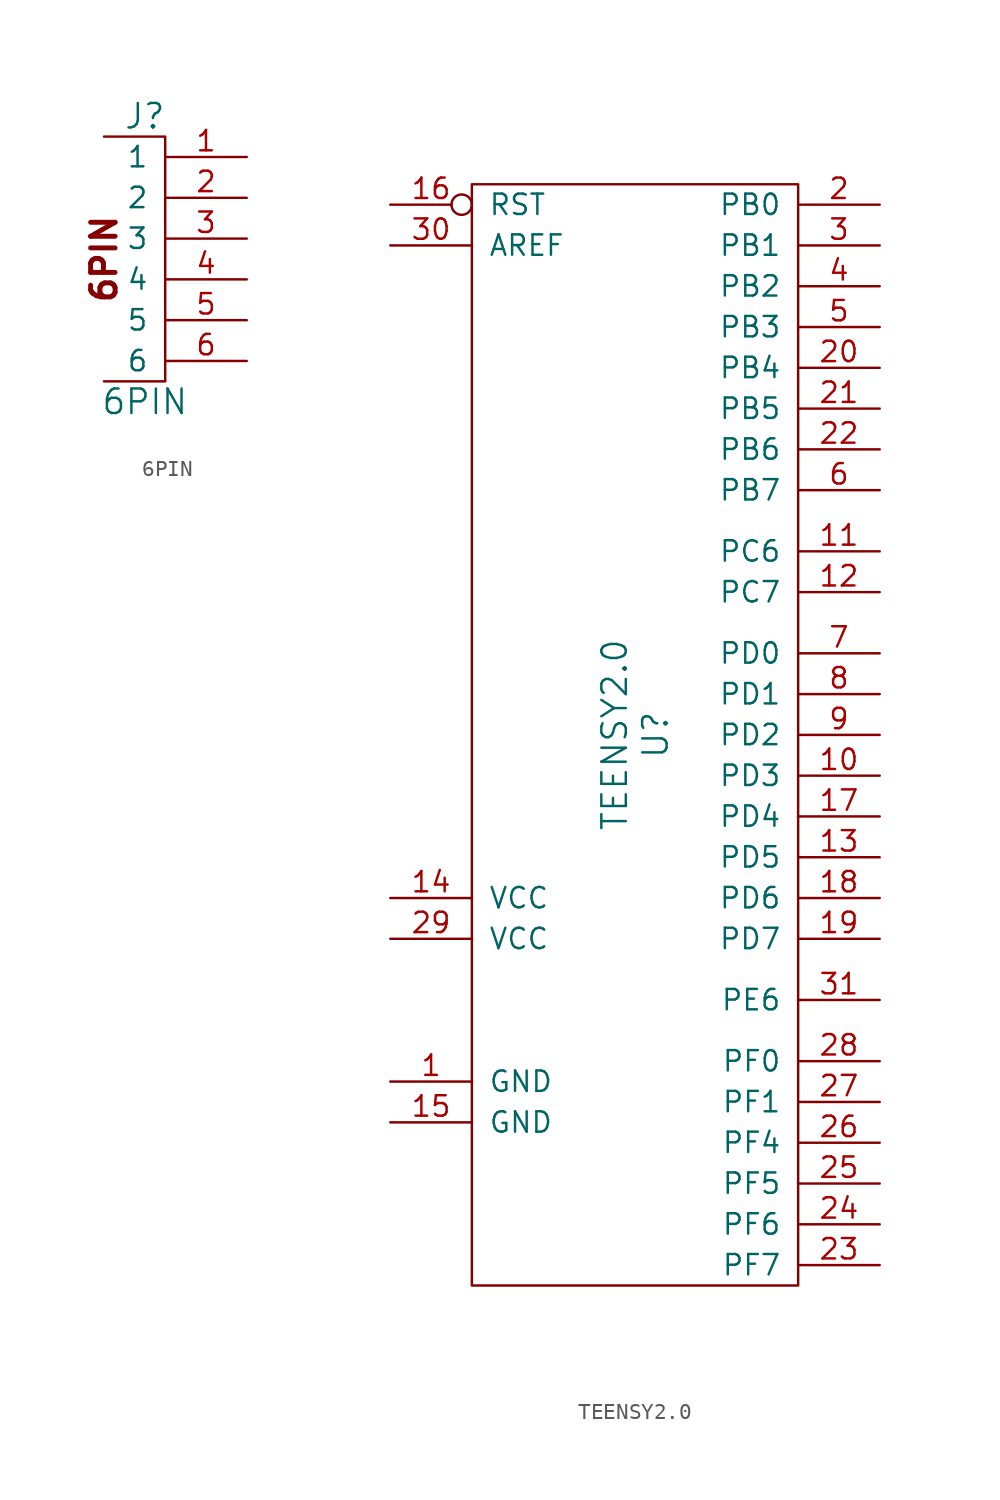
<source format=kicad_sym>
(kicad_symbol_lib
  (version 20211014)
  (generator kicad_symbol_editor)
  (symbol "6PIN"
    (pin_names
      (offset 1.016))
    (property "Reference" "J"
      (at -1.27 8.89 0)
      (effects (font (size 1.524 1.524))))
    (property "Value" "6PIN"
      (at -1.27 -8.89 0)
      (effects (font (size 1.524 1.524))))
    (property "Footprint" ""
      (at 0 0 0)
      (effects (font (size 1.524 1.524))))
    (property "Datasheet" ""
      (at 0 0 0)
      (effects (font (size 1.524 1.524))))
    (symbol "6PIN_0_0"
      (polyline (pts (xy -3.81 7.62) (xy 0 7.62) (xy 0 -7.62) (xy -3.81 -7.62)) (stroke (width 0) (type default) (color 0 0 0 0)) (fill (type none)))
      (text "6PIN" (at -3.81 0 900) (effects (font (size 1.524 1.524) bold))))
    (symbol "6PIN_1_1"
      (pin input line (at 5.08 6.35 180) (length 5.08) (name "1" (effects (font (size 1.27 1.27)))) (number "1" (effects (font (size 1.27 1.27)))))
      (pin power_in line (at 5.08 3.81 180) (length 5.08) (name "2" (effects (font (size 1.27 1.27)))) (number "2" (effects (font (size 1.27 1.27)))))
      (pin output line (at 5.08 1.27 180) (length 5.08) (name "3" (effects (font (size 1.27 1.27)))) (number "3" (effects (font (size 1.27 1.27)))))
      (pin power_in line (at 5.08 -1.27 180) (length 5.08) (name "4" (effects (font (size 1.27 1.27)))) (number "4" (effects (font (size 1.27 1.27)))))
      (pin input line (at 5.08 -3.81 180) (length 5.08) (name "5" (effects (font (size 1.27 1.27)))) (number "5" (effects (font (size 1.27 1.27)))))
      (pin input line (at 5.08 -6.35 180) (length 5.08) (name "6" (effects (font (size 1.27 1.27)))) (number "6" (effects (font (size 1.27 1.27)))))))
  (symbol "TEENSY2.0"
    (pin_names
      (offset 1.016))
    (property "Reference" "U"
      (at 1.27 0 90)
      (effects (font (size 1.524 1.524))))
    (property "Value" "TEENSY2.0"
      (at -1.27 0 90)
      (effects (font (size 1.524 1.524))))
    (property "Footprint" ""
      (at 0 0 0)
      (effects (font (size 1.524 1.524))))
    (property "Datasheet" ""
      (at 0 0 0)
      (effects (font (size 1.524 1.524))))
    (symbol "TEENSY2.0_0_1"
      (rectangle (start -10.16 34.29) (end 10.16 -34.29) (stroke (width 0) (type default) (color 0 0 0 0)) (fill (type none))))
    (symbol "TEENSY2.0_1_1"
      (pin power_out line (at -15.24 -21.59 0) (length 5.08) (name "GND" (effects (font (size 1.27 1.27)))) (number "1" (effects (font (size 1.27 1.27)))))
      (pin bidirectional line (at 15.24 -2.54 180) (length 5.08) (name "PD3" (effects (font (size 1.27 1.27)))) (number "10" (effects (font (size 1.27 1.27)))))
      (pin bidirectional line (at 15.24 11.43 180) (length 5.08) (name "PC6" (effects (font (size 1.27 1.27)))) (number "11" (effects (font (size 1.27 1.27)))))
      (pin bidirectional line (at 15.24 8.89 180) (length 5.08) (name "PC7" (effects (font (size 1.27 1.27)))) (number "12" (effects (font (size 1.27 1.27)))))
      (pin bidirectional line (at 15.24 -7.62 180) (length 5.08) (name "PD5" (effects (font (size 1.27 1.27)))) (number "13" (effects (font (size 1.27 1.27)))))
      (pin power_out line (at -15.24 -10.16 0) (length 5.08) (name "VCC" (effects (font (size 1.27 1.27)))) (number "14" (effects (font (size 1.27 1.27)))))
      (pin power_out line (at -15.24 -24.13 0) (length 5.08) (name "GND" (effects (font (size 1.27 1.27)))) (number "15" (effects (font (size 1.27 1.27)))))
      (pin input inverted (at -15.24 33.02 0) (length 5.08) (name "RST" (effects (font (size 1.27 1.27)))) (number "16" (effects (font (size 1.27 1.27)))))
      (pin bidirectional line (at 15.24 -5.08 180) (length 5.08) (name "PD4" (effects (font (size 1.27 1.27)))) (number "17" (effects (font (size 1.27 1.27)))))
      (pin bidirectional line (at 15.24 -10.16 180) (length 5.08) (name "PD6" (effects (font (size 1.27 1.27)))) (number "18" (effects (font (size 1.27 1.27)))))
      (pin bidirectional line (at 15.24 -12.7 180) (length 5.08) (name "PD7" (effects (font (size 1.27 1.27)))) (number "19" (effects (font (size 1.27 1.27)))))
      (pin bidirectional line (at 15.24 33.02 180) (length 5.08) (name "PB0" (effects (font (size 1.27 1.27)))) (number "2" (effects (font (size 1.27 1.27)))))
      (pin bidirectional line (at 15.24 22.86 180) (length 5.08) (name "PB4" (effects (font (size 1.27 1.27)))) (number "20" (effects (font (size 1.27 1.27)))))
      (pin bidirectional line (at 15.24 20.32 180) (length 5.08) (name "PB5" (effects (font (size 1.27 1.27)))) (number "21" (effects (font (size 1.27 1.27)))))
      (pin bidirectional line (at 15.24 17.78 180) (length 5.08) (name "PB6" (effects (font (size 1.27 1.27)))) (number "22" (effects (font (size 1.27 1.27)))))
      (pin bidirectional line (at 15.24 -33.02 180) (length 5.08) (name "PF7" (effects (font (size 1.27 1.27)))) (number "23" (effects (font (size 1.27 1.27)))))
      (pin bidirectional line (at 15.24 -30.48 180) (length 5.08) (name "PF6" (effects (font (size 1.27 1.27)))) (number "24" (effects (font (size 1.27 1.27)))))
      (pin bidirectional line (at 15.24 -27.94 180) (length 5.08) (name "PF5" (effects (font (size 1.27 1.27)))) (number "25" (effects (font (size 1.27 1.27)))))
      (pin bidirectional line (at 15.24 -25.4 180) (length 5.08) (name "PF4" (effects (font (size 1.27 1.27)))) (number "26" (effects (font (size 1.27 1.27)))))
      (pin bidirectional line (at 15.24 -22.86 180) (length 5.08) (name "PF1" (effects (font (size 1.27 1.27)))) (number "27" (effects (font (size 1.27 1.27)))))
      (pin bidirectional line (at 15.24 -20.32 180) (length 5.08) (name "PF0" (effects (font (size 1.27 1.27)))) (number "28" (effects (font (size 1.27 1.27)))))
      (pin power_out line (at -15.24 -12.7 0) (length 5.08) (name "VCC" (effects (font (size 1.27 1.27)))) (number "29" (effects (font (size 1.27 1.27)))))
      (pin bidirectional line (at 15.24 30.48 180) (length 5.08) (name "PB1" (effects (font (size 1.27 1.27)))) (number "3" (effects (font (size 1.27 1.27)))))
      (pin input line (at -15.24 30.48 0) (length 5.08) (name "AREF" (effects (font (size 1.27 1.27)))) (number "30" (effects (font (size 1.27 1.27)))))
      (pin bidirectional line (at 15.24 -16.51 180) (length 5.08) (name "PE6" (effects (font (size 1.27 1.27)))) (number "31" (effects (font (size 1.27 1.27)))))
      (pin bidirectional line (at 15.24 27.94 180) (length 5.08) (name "PB2" (effects (font (size 1.27 1.27)))) (number "4" (effects (font (size 1.27 1.27)))))
      (pin bidirectional line (at 15.24 25.4 180) (length 5.08) (name "PB3" (effects (font (size 1.27 1.27)))) (number "5" (effects (font (size 1.27 1.27)))))
      (pin bidirectional line (at 15.24 15.24 180) (length 5.08) (name "PB7" (effects (font (size 1.27 1.27)))) (number "6" (effects (font (size 1.27 1.27)))))
      (pin bidirectional line (at 15.24 5.08 180) (length 5.08) (name "PD0" (effects (font (size 1.27 1.27)))) (number "7" (effects (font (size 1.27 1.27)))))
      (pin bidirectional line (at 15.24 2.54 180) (length 5.08) (name "PD1" (effects (font (size 1.27 1.27)))) (number "8" (effects (font (size 1.27 1.27)))))
      (pin bidirectional line (at 15.24 0 180) (length 5.08) (name "PD2" (effects (font (size 1.27 1.27)))) (number "9" (effects (font (size 1.27 1.27))))))))
</source>
